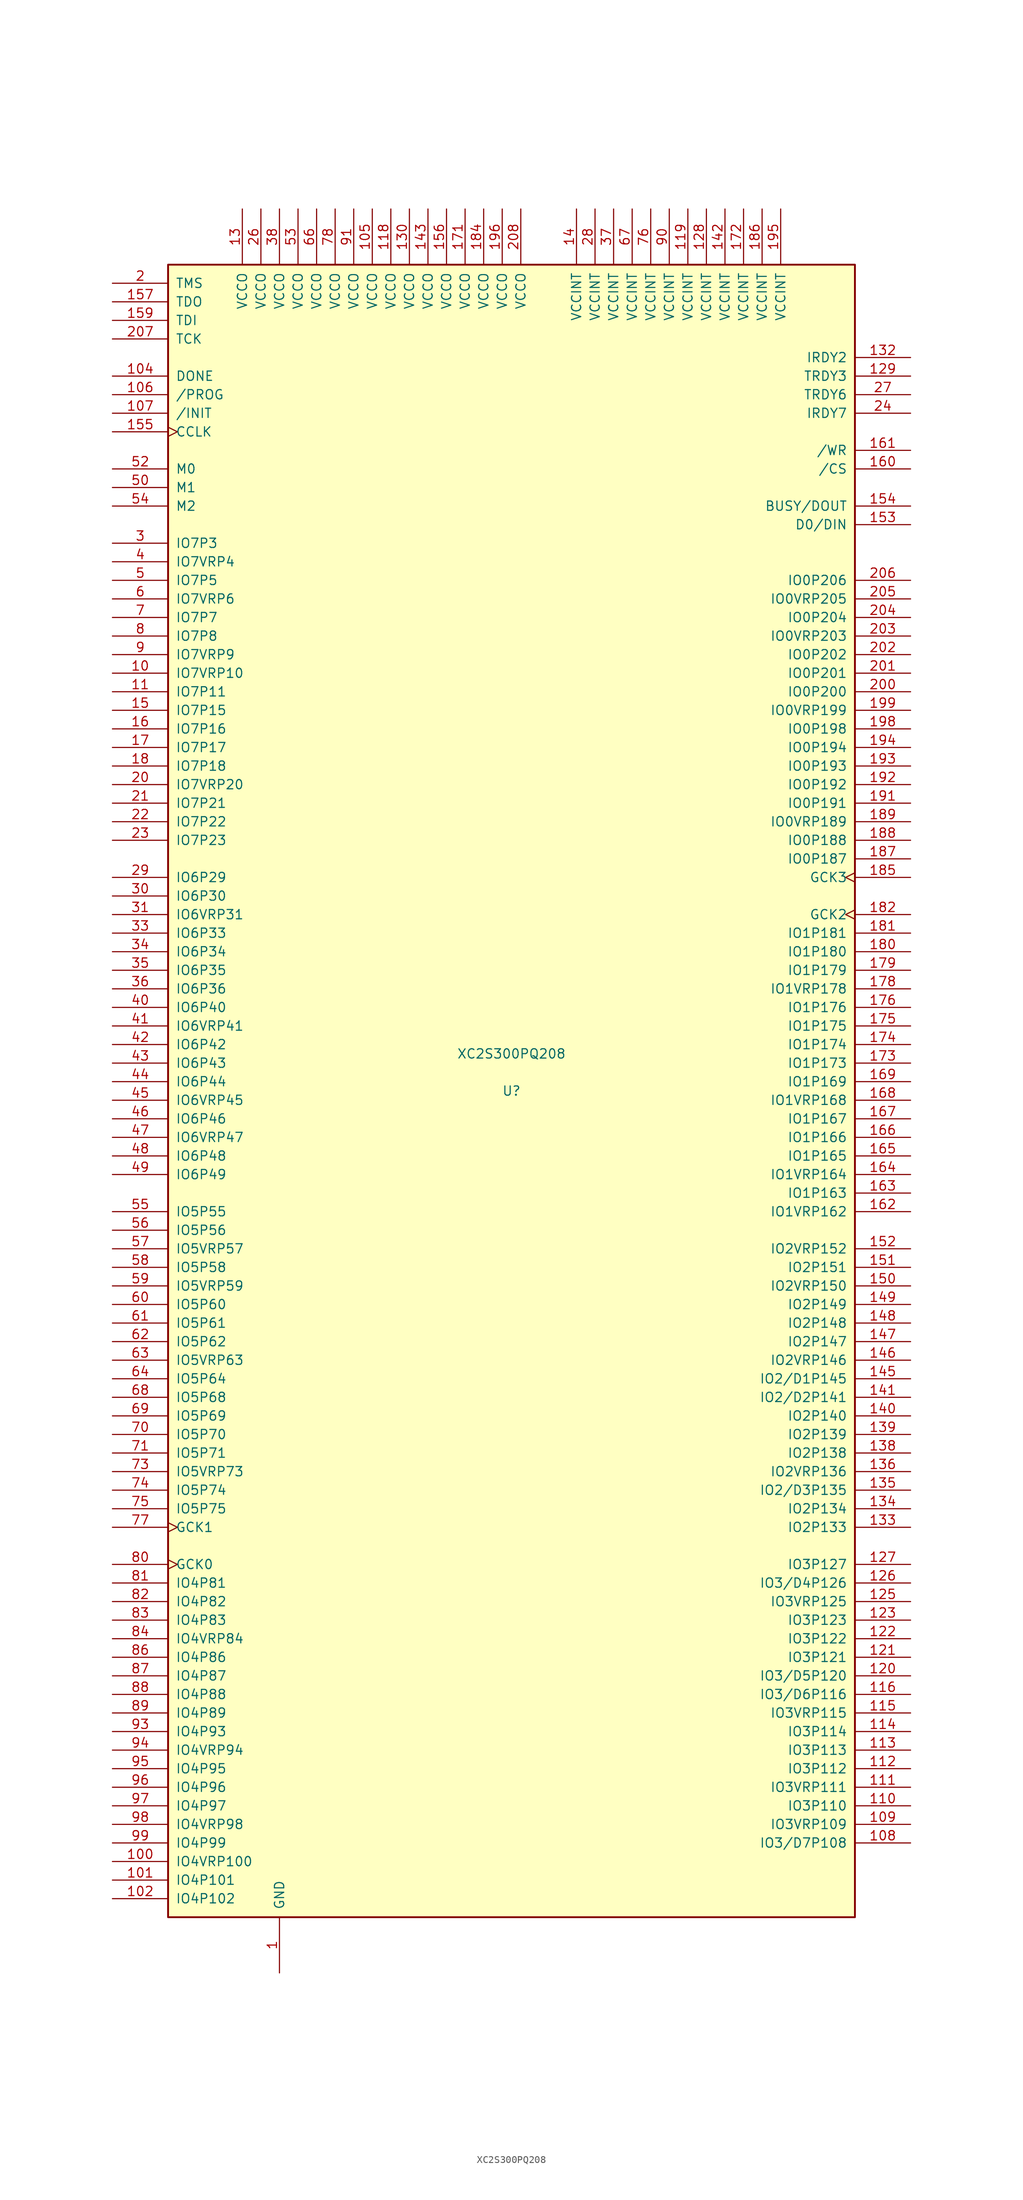
<source format=kicad_sym>
(kicad_symbol_lib
  (version 20241209)
  (generator "kicad_symbol_editor")
  (generator_version "9.0")
  (symbol "XC2S300PQ208"
    (pin_names
      (offset 1.016))
    (property "Reference" "U"
      (at 0 0 0)
      (effects (font (size 1.27 1.27))))
    (property "Value" "XC2S300PQ208"
      (at 0 5.08 0)
      (effects (font (size 1.27 1.27))))
    (symbol "XC2S300PQ208_0_1"
      (rectangle (start -46.99 113.03) (end 46.99 -113.03) (stroke (width 0.254) (type default)) (fill (type background))))
    (symbol "XC2S300PQ208_1_1"
      (pin bidirectional line (at -54.61 110.49 0) (length 7.62) (name "TMS" (effects (font (size 1.27 1.27)))) (number "2" (effects (font (size 1.27 1.27)))))
      (pin bidirectional line (at -54.61 107.95 0) (length 7.62) (name "TDO" (effects (font (size 1.27 1.27)))) (number "157" (effects (font (size 1.27 1.27)))))
      (pin bidirectional line (at -54.61 105.41 0) (length 7.62) (name "TDI" (effects (font (size 1.27 1.27)))) (number "159" (effects (font (size 1.27 1.27)))))
      (pin bidirectional line (at -54.61 102.87 0) (length 7.62) (name "TCK" (effects (font (size 1.27 1.27)))) (number "207" (effects (font (size 1.27 1.27)))))
      (pin bidirectional line (at -54.61 97.79 0) (length 7.62) (name "DONE" (effects (font (size 1.27 1.27)))) (number "104" (effects (font (size 1.27 1.27)))))
      (pin input line (at -54.61 95.25 0) (length 7.62) (name "/PROG" (effects (font (size 1.27 1.27)))) (number "106" (effects (font (size 1.27 1.27)))))
      (pin bidirectional line (at -54.61 92.71 0) (length 7.62) (name "/INIT" (effects (font (size 1.27 1.27)))) (number "107" (effects (font (size 1.27 1.27)))))
      (pin bidirectional clock (at -54.61 90.17 0) (length 7.62) (name "CCLK" (effects (font (size 1.27 1.27)))) (number "155" (effects (font (size 1.27 1.27)))))
      (pin input line (at -54.61 85.09 0) (length 7.62) (name "M0" (effects (font (size 1.27 1.27)))) (number "52" (effects (font (size 1.27 1.27)))))
      (pin input line (at -54.61 82.55 0) (length 7.62) (name "M1" (effects (font (size 1.27 1.27)))) (number "50" (effects (font (size 1.27 1.27)))))
      (pin input line (at -54.61 80.01 0) (length 7.62) (name "M2" (effects (font (size 1.27 1.27)))) (number "54" (effects (font (size 1.27 1.27)))))
      (pin bidirectional line (at -54.61 74.93 0) (length 7.62) (name "IO7P3" (effects (font (size 1.27 1.27)))) (number "3" (effects (font (size 1.27 1.27)))))
      (pin bidirectional line (at -54.61 72.39 0) (length 7.62) (name "IO7VRP4" (effects (font (size 1.27 1.27)))) (number "4" (effects (font (size 1.27 1.27)))))
      (pin bidirectional line (at -54.61 69.85 0) (length 7.62) (name "IO7P5" (effects (font (size 1.27 1.27)))) (number "5" (effects (font (size 1.27 1.27)))))
      (pin bidirectional line (at -54.61 67.31 0) (length 7.62) (name "IO7VRP6" (effects (font (size 1.27 1.27)))) (number "6" (effects (font (size 1.27 1.27)))))
      (pin bidirectional line (at -54.61 64.77 0) (length 7.62) (name "IO7P7" (effects (font (size 1.27 1.27)))) (number "7" (effects (font (size 1.27 1.27)))))
      (pin bidirectional line (at -54.61 62.23 0) (length 7.62) (name "IO7P8" (effects (font (size 1.27 1.27)))) (number "8" (effects (font (size 1.27 1.27)))))
      (pin bidirectional line (at -54.61 59.69 0) (length 7.62) (name "IO7VRP9" (effects (font (size 1.27 1.27)))) (number "9" (effects (font (size 1.27 1.27)))))
      (pin bidirectional line (at -54.61 57.15 0) (length 7.62) (name "IO7VRP10" (effects (font (size 1.27 1.27)))) (number "10" (effects (font (size 1.27 1.27)))))
      (pin bidirectional line (at -54.61 54.61 0) (length 7.62) (name "IO7P11" (effects (font (size 1.27 1.27)))) (number "11" (effects (font (size 1.27 1.27)))))
      (pin bidirectional line (at -54.61 52.07 0) (length 7.62) (name "IO7P15" (effects (font (size 1.27 1.27)))) (number "15" (effects (font (size 1.27 1.27)))))
      (pin bidirectional line (at -54.61 49.53 0) (length 7.62) (name "IO7P16" (effects (font (size 1.27 1.27)))) (number "16" (effects (font (size 1.27 1.27)))))
      (pin bidirectional line (at -54.61 46.99 0) (length 7.62) (name "IO7P17" (effects (font (size 1.27 1.27)))) (number "17" (effects (font (size 1.27 1.27)))))
      (pin bidirectional line (at -54.61 44.45 0) (length 7.62) (name "IO7P18" (effects (font (size 1.27 1.27)))) (number "18" (effects (font (size 1.27 1.27)))))
      (pin bidirectional line (at -54.61 41.91 0) (length 7.62) (name "IO7VRP20" (effects (font (size 1.27 1.27)))) (number "20" (effects (font (size 1.27 1.27)))))
      (pin bidirectional line (at -54.61 39.37 0) (length 7.62) (name "IO7P21" (effects (font (size 1.27 1.27)))) (number "21" (effects (font (size 1.27 1.27)))))
      (pin bidirectional line (at -54.61 36.83 0) (length 7.62) (name "IO7P22" (effects (font (size 1.27 1.27)))) (number "22" (effects (font (size 1.27 1.27)))))
      (pin bidirectional line (at -54.61 34.29 0) (length 7.62) (name "IO7P23" (effects (font (size 1.27 1.27)))) (number "23" (effects (font (size 1.27 1.27)))))
      (pin bidirectional line (at -54.61 29.21 0) (length 7.62) (name "IO6P29" (effects (font (size 1.27 1.27)))) (number "29" (effects (font (size 1.27 1.27)))))
      (pin bidirectional line (at -54.61 26.67 0) (length 7.62) (name "IO6P30" (effects (font (size 1.27 1.27)))) (number "30" (effects (font (size 1.27 1.27)))))
      (pin bidirectional line (at -54.61 24.13 0) (length 7.62) (name "IO6VRP31" (effects (font (size 1.27 1.27)))) (number "31" (effects (font (size 1.27 1.27)))))
      (pin bidirectional line (at -54.61 21.59 0) (length 7.62) (name "IO6P33" (effects (font (size 1.27 1.27)))) (number "33" (effects (font (size 1.27 1.27)))))
      (pin bidirectional line (at -54.61 19.05 0) (length 7.62) (name "IO6P34" (effects (font (size 1.27 1.27)))) (number "34" (effects (font (size 1.27 1.27)))))
      (pin bidirectional line (at -54.61 16.51 0) (length 7.62) (name "IO6P35" (effects (font (size 1.27 1.27)))) (number "35" (effects (font (size 1.27 1.27)))))
      (pin bidirectional line (at -54.61 13.97 0) (length 7.62) (name "IO6P36" (effects (font (size 1.27 1.27)))) (number "36" (effects (font (size 1.27 1.27)))))
      (pin bidirectional line (at -54.61 11.43 0) (length 7.62) (name "IO6P40" (effects (font (size 1.27 1.27)))) (number "40" (effects (font (size 1.27 1.27)))))
      (pin bidirectional line (at -54.61 8.89 0) (length 7.62) (name "IO6VRP41" (effects (font (size 1.27 1.27)))) (number "41" (effects (font (size 1.27 1.27)))))
      (pin bidirectional line (at -54.61 6.35 0) (length 7.62) (name "IO6P42" (effects (font (size 1.27 1.27)))) (number "42" (effects (font (size 1.27 1.27)))))
      (pin bidirectional line (at -54.61 3.81 0) (length 7.62) (name "IO6P43" (effects (font (size 1.27 1.27)))) (number "43" (effects (font (size 1.27 1.27)))))
      (pin bidirectional line (at -54.61 1.27 0) (length 7.62) (name "IO6P44" (effects (font (size 1.27 1.27)))) (number "44" (effects (font (size 1.27 1.27)))))
      (pin bidirectional line (at -54.61 -1.27 0) (length 7.62) (name "IO6VRP45" (effects (font (size 1.27 1.27)))) (number "45" (effects (font (size 1.27 1.27)))))
      (pin bidirectional line (at -54.61 -3.81 0) (length 7.62) (name "IO6P46" (effects (font (size 1.27 1.27)))) (number "46" (effects (font (size 1.27 1.27)))))
      (pin bidirectional line (at -54.61 -6.35 0) (length 7.62) (name "IO6VRP47" (effects (font (size 1.27 1.27)))) (number "47" (effects (font (size 1.27 1.27)))))
      (pin bidirectional line (at -54.61 -8.89 0) (length 7.62) (name "IO6P48" (effects (font (size 1.27 1.27)))) (number "48" (effects (font (size 1.27 1.27)))))
      (pin bidirectional line (at -54.61 -11.43 0) (length 7.62) (name "IO6P49" (effects (font (size 1.27 1.27)))) (number "49" (effects (font (size 1.27 1.27)))))
      (pin bidirectional line (at -54.61 -16.51 0) (length 7.62) (name "IO5P55" (effects (font (size 1.27 1.27)))) (number "55" (effects (font (size 1.27 1.27)))))
      (pin bidirectional line (at -54.61 -19.05 0) (length 7.62) (name "IO5P56" (effects (font (size 1.27 1.27)))) (number "56" (effects (font (size 1.27 1.27)))))
      (pin bidirectional line (at -54.61 -21.59 0) (length 7.62) (name "IO5VRP57" (effects (font (size 1.27 1.27)))) (number "57" (effects (font (size 1.27 1.27)))))
      (pin bidirectional line (at -54.61 -24.13 0) (length 7.62) (name "IO5P58" (effects (font (size 1.27 1.27)))) (number "58" (effects (font (size 1.27 1.27)))))
      (pin bidirectional line (at -54.61 -26.67 0) (length 7.62) (name "IO5VRP59" (effects (font (size 1.27 1.27)))) (number "59" (effects (font (size 1.27 1.27)))))
      (pin bidirectional line (at -54.61 -29.21 0) (length 7.62) (name "IO5P60" (effects (font (size 1.27 1.27)))) (number "60" (effects (font (size 1.27 1.27)))))
      (pin bidirectional line (at -54.61 -31.75 0) (length 7.62) (name "IO5P61" (effects (font (size 1.27 1.27)))) (number "61" (effects (font (size 1.27 1.27)))))
      (pin bidirectional line (at -54.61 -34.29 0) (length 7.62) (name "IO5P62" (effects (font (size 1.27 1.27)))) (number "62" (effects (font (size 1.27 1.27)))))
      (pin bidirectional line (at -54.61 -36.83 0) (length 7.62) (name "IO5VRP63" (effects (font (size 1.27 1.27)))) (number "63" (effects (font (size 1.27 1.27)))))
      (pin bidirectional line (at -54.61 -39.37 0) (length 7.62) (name "IO5P64" (effects (font (size 1.27 1.27)))) (number "64" (effects (font (size 1.27 1.27)))))
      (pin bidirectional line (at -54.61 -41.91 0) (length 7.62) (name "IO5P68" (effects (font (size 1.27 1.27)))) (number "68" (effects (font (size 1.27 1.27)))))
      (pin bidirectional line (at -54.61 -44.45 0) (length 7.62) (name "IO5P69" (effects (font (size 1.27 1.27)))) (number "69" (effects (font (size 1.27 1.27)))))
      (pin bidirectional line (at -54.61 -46.99 0) (length 7.62) (name "IO5P70" (effects (font (size 1.27 1.27)))) (number "70" (effects (font (size 1.27 1.27)))))
      (pin bidirectional line (at -54.61 -49.53 0) (length 7.62) (name "IO5P71" (effects (font (size 1.27 1.27)))) (number "71" (effects (font (size 1.27 1.27)))))
      (pin bidirectional line (at -54.61 -52.07 0) (length 7.62) (name "IO5VRP73" (effects (font (size 1.27 1.27)))) (number "73" (effects (font (size 1.27 1.27)))))
      (pin bidirectional line (at -54.61 -54.61 0) (length 7.62) (name "IO5P74" (effects (font (size 1.27 1.27)))) (number "74" (effects (font (size 1.27 1.27)))))
      (pin bidirectional line (at -54.61 -57.15 0) (length 7.62) (name "IO5P75" (effects (font (size 1.27 1.27)))) (number "75" (effects (font (size 1.27 1.27)))))
      (pin input clock (at -54.61 -59.69 0) (length 7.62) (name "GCK1" (effects (font (size 1.27 1.27)))) (number "77" (effects (font (size 1.27 1.27)))))
      (pin input clock (at -54.61 -64.77 0) (length 7.62) (name "GCK0" (effects (font (size 1.27 1.27)))) (number "80" (effects (font (size 1.27 1.27)))))
      (pin bidirectional line (at -54.61 -67.31 0) (length 7.62) (name "IO4P81" (effects (font (size 1.27 1.27)))) (number "81" (effects (font (size 1.27 1.27)))))
      (pin bidirectional line (at -54.61 -69.85 0) (length 7.62) (name "IO4P82" (effects (font (size 1.27 1.27)))) (number "82" (effects (font (size 1.27 1.27)))))
      (pin bidirectional line (at -54.61 -72.39 0) (length 7.62) (name "IO4P83" (effects (font (size 1.27 1.27)))) (number "83" (effects (font (size 1.27 1.27)))))
      (pin bidirectional line (at -54.61 -74.93 0) (length 7.62) (name "IO4VRP84" (effects (font (size 1.27 1.27)))) (number "84" (effects (font (size 1.27 1.27)))))
      (pin bidirectional line (at -54.61 -77.47 0) (length 7.62) (name "IO4P86" (effects (font (size 1.27 1.27)))) (number "86" (effects (font (size 1.27 1.27)))))
      (pin bidirectional line (at -54.61 -80.01 0) (length 7.62) (name "IO4P87" (effects (font (size 1.27 1.27)))) (number "87" (effects (font (size 1.27 1.27)))))
      (pin bidirectional line (at -54.61 -82.55 0) (length 7.62) (name "IO4P88" (effects (font (size 1.27 1.27)))) (number "88" (effects (font (size 1.27 1.27)))))
      (pin bidirectional line (at -54.61 -85.09 0) (length 7.62) (name "IO4P89" (effects (font (size 1.27 1.27)))) (number "89" (effects (font (size 1.27 1.27)))))
      (pin bidirectional line (at -54.61 -87.63 0) (length 7.62) (name "IO4P93" (effects (font (size 1.27 1.27)))) (number "93" (effects (font (size 1.27 1.27)))))
      (pin bidirectional line (at -54.61 -90.17 0) (length 7.62) (name "IO4VRP94" (effects (font (size 1.27 1.27)))) (number "94" (effects (font (size 1.27 1.27)))))
      (pin bidirectional line (at -54.61 -92.71 0) (length 7.62) (name "IO4P95" (effects (font (size 1.27 1.27)))) (number "95" (effects (font (size 1.27 1.27)))))
      (pin bidirectional line (at -54.61 -95.25 0) (length 7.62) (name "IO4P96" (effects (font (size 1.27 1.27)))) (number "96" (effects (font (size 1.27 1.27)))))
      (pin bidirectional line (at -54.61 -97.79 0) (length 7.62) (name "IO4P97" (effects (font (size 1.27 1.27)))) (number "97" (effects (font (size 1.27 1.27)))))
      (pin bidirectional line (at -54.61 -100.33 0) (length 7.62) (name "IO4VRP98" (effects (font (size 1.27 1.27)))) (number "98" (effects (font (size 1.27 1.27)))))
      (pin bidirectional line (at -54.61 -102.87 0) (length 7.62) (name "IO4P99" (effects (font (size 1.27 1.27)))) (number "99" (effects (font (size 1.27 1.27)))))
      (pin bidirectional line (at -54.61 -105.41 0) (length 7.62) (name "IO4VRP100" (effects (font (size 1.27 1.27)))) (number "100" (effects (font (size 1.27 1.27)))))
      (pin bidirectional line (at -54.61 -107.95 0) (length 7.62) (name "IO4P101" (effects (font (size 1.27 1.27)))) (number "101" (effects (font (size 1.27 1.27)))))
      (pin bidirectional line (at -54.61 -110.49 0) (length 7.62) (name "IO4P102" (effects (font (size 1.27 1.27)))) (number "102" (effects (font (size 1.27 1.27)))))
      (pin power_in line (at -36.83 120.65 270) (length 7.62) (name "VCCO" (effects (font (size 1.27 1.27)))) (number "13" (effects (font (size 1.27 1.27)))))
      (pin power_in line (at -34.29 120.65 270) (length 7.62) (name "VCCO" (effects (font (size 1.27 1.27)))) (number "26" (effects (font (size 1.27 1.27)))))
      (pin power_in line (at -31.75 120.65 270) (length 7.62) (name "VCCO" (effects (font (size 1.27 1.27)))) (number "38" (effects (font (size 1.27 1.27)))))
      (pin power_in line (at -31.75 -120.65 90) (length 7.62) (name "GND" (effects (font (size 1.27 1.27)))) (number "1" (effects (font (size 1.27 1.27)))))
      (pin passive line (at -31.75 -120.65 90) (length 7.62) (hide yes) (name "GND" (effects (font (size 1.27 1.27)))) (number "103" (effects (font (size 1.27 1.27)))))
      (pin passive line (at -31.75 -120.65 90) (length 7.62) (hide yes) (name "GND" (effects (font (size 1.27 1.27)))) (number "117" (effects (font (size 1.27 1.27)))))
      (pin passive line (at -31.75 -120.65 90) (length 7.62) (hide yes) (name "GND" (effects (font (size 1.27 1.27)))) (number "12" (effects (font (size 1.27 1.27)))))
      (pin passive line (at -31.75 -120.65 90) (length 7.62) (hide yes) (name "GND" (effects (font (size 1.27 1.27)))) (number "124" (effects (font (size 1.27 1.27)))))
      (pin passive line (at -31.75 -120.65 90) (length 7.62) (hide yes) (name "GND" (effects (font (size 1.27 1.27)))) (number "131" (effects (font (size 1.27 1.27)))))
      (pin passive line (at -31.75 -120.65 90) (length 7.62) (hide yes) (name "GND" (effects (font (size 1.27 1.27)))) (number "137" (effects (font (size 1.27 1.27)))))
      (pin passive line (at -31.75 -120.65 90) (length 7.62) (hide yes) (name "GND" (effects (font (size 1.27 1.27)))) (number "144" (effects (font (size 1.27 1.27)))))
      (pin passive line (at -31.75 -120.65 90) (length 7.62) (hide yes) (name "GND" (effects (font (size 1.27 1.27)))) (number "158" (effects (font (size 1.27 1.27)))))
      (pin passive line (at -31.75 -120.65 90) (length 7.62) (hide yes) (name "GND" (effects (font (size 1.27 1.27)))) (number "170" (effects (font (size 1.27 1.27)))))
      (pin passive line (at -31.75 -120.65 90) (length 7.62) (hide yes) (name "GND" (effects (font (size 1.27 1.27)))) (number "177" (effects (font (size 1.27 1.27)))))
      (pin passive line (at -31.75 -120.65 90) (length 7.62) (hide yes) (name "GND" (effects (font (size 1.27 1.27)))) (number "183" (effects (font (size 1.27 1.27)))))
      (pin passive line (at -31.75 -120.65 90) (length 7.62) (hide yes) (name "GND" (effects (font (size 1.27 1.27)))) (number "19" (effects (font (size 1.27 1.27)))))
      (pin passive line (at -31.75 -120.65 90) (length 7.62) (hide yes) (name "GND" (effects (font (size 1.27 1.27)))) (number "190" (effects (font (size 1.27 1.27)))))
      (pin passive line (at -31.75 -120.65 90) (length 7.62) (hide yes) (name "GND" (effects (font (size 1.27 1.27)))) (number "197" (effects (font (size 1.27 1.27)))))
      (pin passive line (at -31.75 -120.65 90) (length 7.62) (hide yes) (name "GND" (effects (font (size 1.27 1.27)))) (number "25" (effects (font (size 1.27 1.27)))))
      (pin passive line (at -31.75 -120.65 90) (length 7.62) (hide yes) (name "GND" (effects (font (size 1.27 1.27)))) (number "32" (effects (font (size 1.27 1.27)))))
      (pin passive line (at -31.75 -120.65 90) (length 7.62) (hide yes) (name "GND" (effects (font (size 1.27 1.27)))) (number "39" (effects (font (size 1.27 1.27)))))
      (pin passive line (at -31.75 -120.65 90) (length 7.62) (hide yes) (name "GND" (effects (font (size 1.27 1.27)))) (number "51" (effects (font (size 1.27 1.27)))))
      (pin passive line (at -31.75 -120.65 90) (length 7.62) (hide yes) (name "GND" (effects (font (size 1.27 1.27)))) (number "65" (effects (font (size 1.27 1.27)))))
      (pin passive line (at -31.75 -120.65 90) (length 7.62) (hide yes) (name "GND" (effects (font (size 1.27 1.27)))) (number "72" (effects (font (size 1.27 1.27)))))
      (pin passive line (at -31.75 -120.65 90) (length 7.62) (hide yes) (name "GND" (effects (font (size 1.27 1.27)))) (number "79" (effects (font (size 1.27 1.27)))))
      (pin passive line (at -31.75 -120.65 90) (length 7.62) (hide yes) (name "GND" (effects (font (size 1.27 1.27)))) (number "85" (effects (font (size 1.27 1.27)))))
      (pin passive line (at -31.75 -120.65 90) (length 7.62) (hide yes) (name "GND" (effects (font (size 1.27 1.27)))) (number "92" (effects (font (size 1.27 1.27)))))
      (pin power_in line (at -29.21 120.65 270) (length 7.62) (name "VCCO" (effects (font (size 1.27 1.27)))) (number "53" (effects (font (size 1.27 1.27)))))
      (pin power_in line (at -26.67 120.65 270) (length 7.62) (name "VCCO" (effects (font (size 1.27 1.27)))) (number "66" (effects (font (size 1.27 1.27)))))
      (pin power_in line (at -24.13 120.65 270) (length 7.62) (name "VCCO" (effects (font (size 1.27 1.27)))) (number "78" (effects (font (size 1.27 1.27)))))
      (pin power_in line (at -21.59 120.65 270) (length 7.62) (name "VCCO" (effects (font (size 1.27 1.27)))) (number "91" (effects (font (size 1.27 1.27)))))
      (pin power_in line (at -19.05 120.65 270) (length 7.62) (name "VCCO" (effects (font (size 1.27 1.27)))) (number "105" (effects (font (size 1.27 1.27)))))
      (pin power_in line (at -16.51 120.65 270) (length 7.62) (name "VCCO" (effects (font (size 1.27 1.27)))) (number "118" (effects (font (size 1.27 1.27)))))
      (pin power_in line (at -13.97 120.65 270) (length 7.62) (name "VCCO" (effects (font (size 1.27 1.27)))) (number "130" (effects (font (size 1.27 1.27)))))
      (pin power_in line (at -11.43 120.65 270) (length 7.62) (name "VCCO" (effects (font (size 1.27 1.27)))) (number "143" (effects (font (size 1.27 1.27)))))
      (pin power_in line (at -8.89 120.65 270) (length 7.62) (name "VCCO" (effects (font (size 1.27 1.27)))) (number "156" (effects (font (size 1.27 1.27)))))
      (pin passive line (at -6.35 120.65 270) (length 7.62) (name "VCCO" (effects (font (size 1.27 1.27)))) (number "171" (effects (font (size 1.27 1.27)))))
      (pin power_in line (at -3.81 120.65 270) (length 7.62) (name "VCCO" (effects (font (size 1.27 1.27)))) (number "184" (effects (font (size 1.27 1.27)))))
      (pin power_in line (at -1.27 120.65 270) (length 7.62) (name "VCCO" (effects (font (size 1.27 1.27)))) (number "196" (effects (font (size 1.27 1.27)))))
      (pin power_in line (at 1.27 120.65 270) (length 7.62) (name "VCCO" (effects (font (size 1.27 1.27)))) (number "208" (effects (font (size 1.27 1.27)))))
      (pin power_in line (at 8.89 120.65 270) (length 7.62) (name "VCCINT" (effects (font (size 1.27 1.27)))) (number "14" (effects (font (size 1.27 1.27)))))
      (pin power_in line (at 11.43 120.65 270) (length 7.62) (name "VCCINT" (effects (font (size 1.27 1.27)))) (number "28" (effects (font (size 1.27 1.27)))))
      (pin power_in line (at 13.97 120.65 270) (length 7.62) (name "VCCINT" (effects (font (size 1.27 1.27)))) (number "37" (effects (font (size 1.27 1.27)))))
      (pin power_in line (at 16.51 120.65 270) (length 7.62) (name "VCCINT" (effects (font (size 1.27 1.27)))) (number "67" (effects (font (size 1.27 1.27)))))
      (pin power_in line (at 19.05 120.65 270) (length 7.62) (name "VCCINT" (effects (font (size 1.27 1.27)))) (number "76" (effects (font (size 1.27 1.27)))))
      (pin power_in line (at 21.59 120.65 270) (length 7.62) (name "VCCINT" (effects (font (size 1.27 1.27)))) (number "90" (effects (font (size 1.27 1.27)))))
      (pin power_in line (at 24.13 120.65 270) (length 7.62) (name "VCCINT" (effects (font (size 1.27 1.27)))) (number "119" (effects (font (size 1.27 1.27)))))
      (pin power_in line (at 26.67 120.65 270) (length 7.62) (name "VCCINT" (effects (font (size 1.27 1.27)))) (number "128" (effects (font (size 1.27 1.27)))))
      (pin power_in line (at 29.21 120.65 270) (length 7.62) (name "VCCINT" (effects (font (size 1.27 1.27)))) (number "142" (effects (font (size 1.27 1.27)))))
      (pin power_in line (at 31.75 120.65 270) (length 7.62) (name "VCCINT" (effects (font (size 1.27 1.27)))) (number "172" (effects (font (size 1.27 1.27)))))
      (pin power_in line (at 34.29 120.65 270) (length 7.62) (name "VCCINT" (effects (font (size 1.27 1.27)))) (number "186" (effects (font (size 1.27 1.27)))))
      (pin power_in line (at 36.83 120.65 270) (length 7.62) (name "VCCINT" (effects (font (size 1.27 1.27)))) (number "195" (effects (font (size 1.27 1.27)))))
      (pin bidirectional line (at 54.61 100.33 180) (length 7.62) (name "IRDY2" (effects (font (size 1.27 1.27)))) (number "132" (effects (font (size 1.27 1.27)))))
      (pin bidirectional line (at 54.61 97.79 180) (length 7.62) (name "TRDY3" (effects (font (size 1.27 1.27)))) (number "129" (effects (font (size 1.27 1.27)))))
      (pin bidirectional line (at 54.61 95.25 180) (length 7.62) (name "TRDY6" (effects (font (size 1.27 1.27)))) (number "27" (effects (font (size 1.27 1.27)))))
      (pin bidirectional line (at 54.61 92.71 180) (length 7.62) (name "IRDY7" (effects (font (size 1.27 1.27)))) (number "24" (effects (font (size 1.27 1.27)))))
      (pin bidirectional line (at 54.61 87.63 180) (length 7.62) (name "/WR" (effects (font (size 1.27 1.27)))) (number "161" (effects (font (size 1.27 1.27)))))
      (pin bidirectional line (at 54.61 85.09 180) (length 7.62) (name "/CS" (effects (font (size 1.27 1.27)))) (number "160" (effects (font (size 1.27 1.27)))))
      (pin bidirectional line (at 54.61 80.01 180) (length 7.62) (name "BUSY/DOUT" (effects (font (size 1.27 1.27)))) (number "154" (effects (font (size 1.27 1.27)))))
      (pin bidirectional line (at 54.61 77.47 180) (length 7.62) (name "D0/DIN" (effects (font (size 1.27 1.27)))) (number "153" (effects (font (size 1.27 1.27)))))
      (pin bidirectional line (at 54.61 69.85 180) (length 7.62) (name "IO0P206" (effects (font (size 1.27 1.27)))) (number "206" (effects (font (size 1.27 1.27)))))
      (pin bidirectional line (at 54.61 67.31 180) (length 7.62) (name "IO0VRP205" (effects (font (size 1.27 1.27)))) (number "205" (effects (font (size 1.27 1.27)))))
      (pin bidirectional line (at 54.61 64.77 180) (length 7.62) (name "IO0P204" (effects (font (size 1.27 1.27)))) (number "204" (effects (font (size 1.27 1.27)))))
      (pin bidirectional line (at 54.61 62.23 180) (length 7.62) (name "IO0VRP203" (effects (font (size 1.27 1.27)))) (number "203" (effects (font (size 1.27 1.27)))))
      (pin bidirectional line (at 54.61 59.69 180) (length 7.62) (name "IO0P202" (effects (font (size 1.27 1.27)))) (number "202" (effects (font (size 1.27 1.27)))))
      (pin bidirectional line (at 54.61 57.15 180) (length 7.62) (name "IO0P201" (effects (font (size 1.27 1.27)))) (number "201" (effects (font (size 1.27 1.27)))))
      (pin bidirectional line (at 54.61 54.61 180) (length 7.62) (name "IO0P200" (effects (font (size 1.27 1.27)))) (number "200" (effects (font (size 1.27 1.27)))))
      (pin bidirectional line (at 54.61 52.07 180) (length 7.62) (name "IO0VRP199" (effects (font (size 1.27 1.27)))) (number "199" (effects (font (size 1.27 1.27)))))
      (pin bidirectional line (at 54.61 49.53 180) (length 7.62) (name "IO0P198" (effects (font (size 1.27 1.27)))) (number "198" (effects (font (size 1.27 1.27)))))
      (pin bidirectional line (at 54.61 46.99 180) (length 7.62) (name "IO0P194" (effects (font (size 1.27 1.27)))) (number "194" (effects (font (size 1.27 1.27)))))
      (pin bidirectional line (at 54.61 44.45 180) (length 7.62) (name "IO0P193" (effects (font (size 1.27 1.27)))) (number "193" (effects (font (size 1.27 1.27)))))
      (pin bidirectional line (at 54.61 41.91 180) (length 7.62) (name "IO0P192" (effects (font (size 1.27 1.27)))) (number "192" (effects (font (size 1.27 1.27)))))
      (pin bidirectional line (at 54.61 39.37 180) (length 7.62) (name "IO0P191" (effects (font (size 1.27 1.27)))) (number "191" (effects (font (size 1.27 1.27)))))
      (pin bidirectional line (at 54.61 36.83 180) (length 7.62) (name "IO0VRP189" (effects (font (size 1.27 1.27)))) (number "189" (effects (font (size 1.27 1.27)))))
      (pin bidirectional line (at 54.61 34.29 180) (length 7.62) (name "IO0P188" (effects (font (size 1.27 1.27)))) (number "188" (effects (font (size 1.27 1.27)))))
      (pin bidirectional line (at 54.61 31.75 180) (length 7.62) (name "IO0P187" (effects (font (size 1.27 1.27)))) (number "187" (effects (font (size 1.27 1.27)))))
      (pin input clock (at 54.61 29.21 180) (length 7.62) (name "GCK3" (effects (font (size 1.27 1.27)))) (number "185" (effects (font (size 1.27 1.27)))))
      (pin input clock (at 54.61 24.13 180) (length 7.62) (name "GCK2" (effects (font (size 1.27 1.27)))) (number "182" (effects (font (size 1.27 1.27)))))
      (pin bidirectional line (at 54.61 21.59 180) (length 7.62) (name "IO1P181" (effects (font (size 1.27 1.27)))) (number "181" (effects (font (size 1.27 1.27)))))
      (pin bidirectional line (at 54.61 19.05 180) (length 7.62) (name "IO1P180" (effects (font (size 1.27 1.27)))) (number "180" (effects (font (size 1.27 1.27)))))
      (pin bidirectional line (at 54.61 16.51 180) (length 7.62) (name "IO1P179" (effects (font (size 1.27 1.27)))) (number "179" (effects (font (size 1.27 1.27)))))
      (pin bidirectional line (at 54.61 13.97 180) (length 7.62) (name "IO1VRP178" (effects (font (size 1.27 1.27)))) (number "178" (effects (font (size 1.27 1.27)))))
      (pin bidirectional line (at 54.61 11.43 180) (length 7.62) (name "IO1P176" (effects (font (size 1.27 1.27)))) (number "176" (effects (font (size 1.27 1.27)))))
      (pin bidirectional line (at 54.61 8.89 180) (length 7.62) (name "IO1P175" (effects (font (size 1.27 1.27)))) (number "175" (effects (font (size 1.27 1.27)))))
      (pin bidirectional line (at 54.61 6.35 180) (length 7.62) (name "IO1P174" (effects (font (size 1.27 1.27)))) (number "174" (effects (font (size 1.27 1.27)))))
      (pin bidirectional line (at 54.61 3.81 180) (length 7.62) (name "IO1P173" (effects (font (size 1.27 1.27)))) (number "173" (effects (font (size 1.27 1.27)))))
      (pin bidirectional line (at 54.61 1.27 180) (length 7.62) (name "IO1P169" (effects (font (size 1.27 1.27)))) (number "169" (effects (font (size 1.27 1.27)))))
      (pin bidirectional line (at 54.61 -1.27 180) (length 7.62) (name "IO1VRP168" (effects (font (size 1.27 1.27)))) (number "168" (effects (font (size 1.27 1.27)))))
      (pin bidirectional line (at 54.61 -3.81 180) (length 7.62) (name "IO1P167" (effects (font (size 1.27 1.27)))) (number "167" (effects (font (size 1.27 1.27)))))
      (pin bidirectional line (at 54.61 -6.35 180) (length 7.62) (name "IO1P166" (effects (font (size 1.27 1.27)))) (number "166" (effects (font (size 1.27 1.27)))))
      (pin bidirectional line (at 54.61 -8.89 180) (length 7.62) (name "IO1P165" (effects (font (size 1.27 1.27)))) (number "165" (effects (font (size 1.27 1.27)))))
      (pin bidirectional line (at 54.61 -11.43 180) (length 7.62) (name "IO1VRP164" (effects (font (size 1.27 1.27)))) (number "164" (effects (font (size 1.27 1.27)))))
      (pin bidirectional line (at 54.61 -13.97 180) (length 7.62) (name "IO1P163" (effects (font (size 1.27 1.27)))) (number "163" (effects (font (size 1.27 1.27)))))
      (pin bidirectional line (at 54.61 -16.51 180) (length 7.62) (name "IO1VRP162" (effects (font (size 1.27 1.27)))) (number "162" (effects (font (size 1.27 1.27)))))
      (pin bidirectional line (at 54.61 -21.59 180) (length 7.62) (name "IO2VRP152" (effects (font (size 1.27 1.27)))) (number "152" (effects (font (size 1.27 1.27)))))
      (pin bidirectional line (at 54.61 -24.13 180) (length 7.62) (name "IO2P151" (effects (font (size 1.27 1.27)))) (number "151" (effects (font (size 1.27 1.27)))))
      (pin bidirectional line (at 54.61 -26.67 180) (length 7.62) (name "IO2VRP150" (effects (font (size 1.27 1.27)))) (number "150" (effects (font (size 1.27 1.27)))))
      (pin bidirectional line (at 54.61 -29.21 180) (length 7.62) (name "IO2P149" (effects (font (size 1.27 1.27)))) (number "149" (effects (font (size 1.27 1.27)))))
      (pin bidirectional line (at 54.61 -31.75 180) (length 7.62) (name "IO2P148" (effects (font (size 1.27 1.27)))) (number "148" (effects (font (size 1.27 1.27)))))
      (pin bidirectional line (at 54.61 -34.29 180) (length 7.62) (name "IO2P147" (effects (font (size 1.27 1.27)))) (number "147" (effects (font (size 1.27 1.27)))))
      (pin bidirectional line (at 54.61 -36.83 180) (length 7.62) (name "IO2VRP146" (effects (font (size 1.27 1.27)))) (number "146" (effects (font (size 1.27 1.27)))))
      (pin bidirectional line (at 54.61 -39.37 180) (length 7.62) (name "IO2/D1P145" (effects (font (size 1.27 1.27)))) (number "145" (effects (font (size 1.27 1.27)))))
      (pin bidirectional line (at 54.61 -41.91 180) (length 7.62) (name "IO2/D2P141" (effects (font (size 1.27 1.27)))) (number "141" (effects (font (size 1.27 1.27)))))
      (pin bidirectional line (at 54.61 -44.45 180) (length 7.62) (name "IO2P140" (effects (font (size 1.27 1.27)))) (number "140" (effects (font (size 1.27 1.27)))))
      (pin bidirectional line (at 54.61 -46.99 180) (length 7.62) (name "IO2P139" (effects (font (size 1.27 1.27)))) (number "139" (effects (font (size 1.27 1.27)))))
      (pin bidirectional line (at 54.61 -49.53 180) (length 7.62) (name "IO2P138" (effects (font (size 1.27 1.27)))) (number "138" (effects (font (size 1.27 1.27)))))
      (pin bidirectional line (at 54.61 -52.07 180) (length 7.62) (name "IO2VRP136" (effects (font (size 1.27 1.27)))) (number "136" (effects (font (size 1.27 1.27)))))
      (pin bidirectional line (at 54.61 -54.61 180) (length 7.62) (name "IO2/D3P135" (effects (font (size 1.27 1.27)))) (number "135" (effects (font (size 1.27 1.27)))))
      (pin bidirectional line (at 54.61 -57.15 180) (length 7.62) (name "IO2P134" (effects (font (size 1.27 1.27)))) (number "134" (effects (font (size 1.27 1.27)))))
      (pin bidirectional line (at 54.61 -59.69 180) (length 7.62) (name "IO2P133" (effects (font (size 1.27 1.27)))) (number "133" (effects (font (size 1.27 1.27)))))
      (pin bidirectional line (at 54.61 -64.77 180) (length 7.62) (name "IO3P127" (effects (font (size 1.27 1.27)))) (number "127" (effects (font (size 1.27 1.27)))))
      (pin bidirectional line (at 54.61 -67.31 180) (length 7.62) (name "IO3/D4P126" (effects (font (size 1.27 1.27)))) (number "126" (effects (font (size 1.27 1.27)))))
      (pin bidirectional line (at 54.61 -69.85 180) (length 7.62) (name "IO3VRP125" (effects (font (size 1.27 1.27)))) (number "125" (effects (font (size 1.27 1.27)))))
      (pin bidirectional line (at 54.61 -72.39 180) (length 7.62) (name "IO3P123" (effects (font (size 1.27 1.27)))) (number "123" (effects (font (size 1.27 1.27)))))
      (pin bidirectional line (at 54.61 -74.93 180) (length 7.62) (name "IO3P122" (effects (font (size 1.27 1.27)))) (number "122" (effects (font (size 1.27 1.27)))))
      (pin bidirectional line (at 54.61 -77.47 180) (length 7.62) (name "IO3P121" (effects (font (size 1.27 1.27)))) (number "121" (effects (font (size 1.27 1.27)))))
      (pin bidirectional line (at 54.61 -80.01 180) (length 7.62) (name "IO3/D5P120" (effects (font (size 1.27 1.27)))) (number "120" (effects (font (size 1.27 1.27)))))
      (pin bidirectional line (at 54.61 -82.55 180) (length 7.62) (name "IO3/D6P116" (effects (font (size 1.27 1.27)))) (number "116" (effects (font (size 1.27 1.27)))))
      (pin bidirectional line (at 54.61 -85.09 180) (length 7.62) (name "IO3VRP115" (effects (font (size 1.27 1.27)))) (number "115" (effects (font (size 1.27 1.27)))))
      (pin bidirectional line (at 54.61 -87.63 180) (length 7.62) (name "IO3P114" (effects (font (size 1.27 1.27)))) (number "114" (effects (font (size 1.27 1.27)))))
      (pin bidirectional line (at 54.61 -90.17 180) (length 7.62) (name "IO3P113" (effects (font (size 1.27 1.27)))) (number "113" (effects (font (size 1.27 1.27)))))
      (pin bidirectional line (at 54.61 -92.71 180) (length 7.62) (name "IO3P112" (effects (font (size 1.27 1.27)))) (number "112" (effects (font (size 1.27 1.27)))))
      (pin bidirectional line (at 54.61 -95.25 180) (length 7.62) (name "IO3VRP111" (effects (font (size 1.27 1.27)))) (number "111" (effects (font (size 1.27 1.27)))))
      (pin bidirectional line (at 54.61 -97.79 180) (length 7.62) (name "IO3P110" (effects (font (size 1.27 1.27)))) (number "110" (effects (font (size 1.27 1.27)))))
      (pin bidirectional line (at 54.61 -100.33 180) (length 7.62) (name "IO3VRP109" (effects (font (size 1.27 1.27)))) (number "109" (effects (font (size 1.27 1.27)))))
      (pin bidirectional line (at 54.61 -102.87 180) (length 7.62) (name "IO3/D7P108" (effects (font (size 1.27 1.27)))) (number "108" (effects (font (size 1.27 1.27))))))))
</source>
